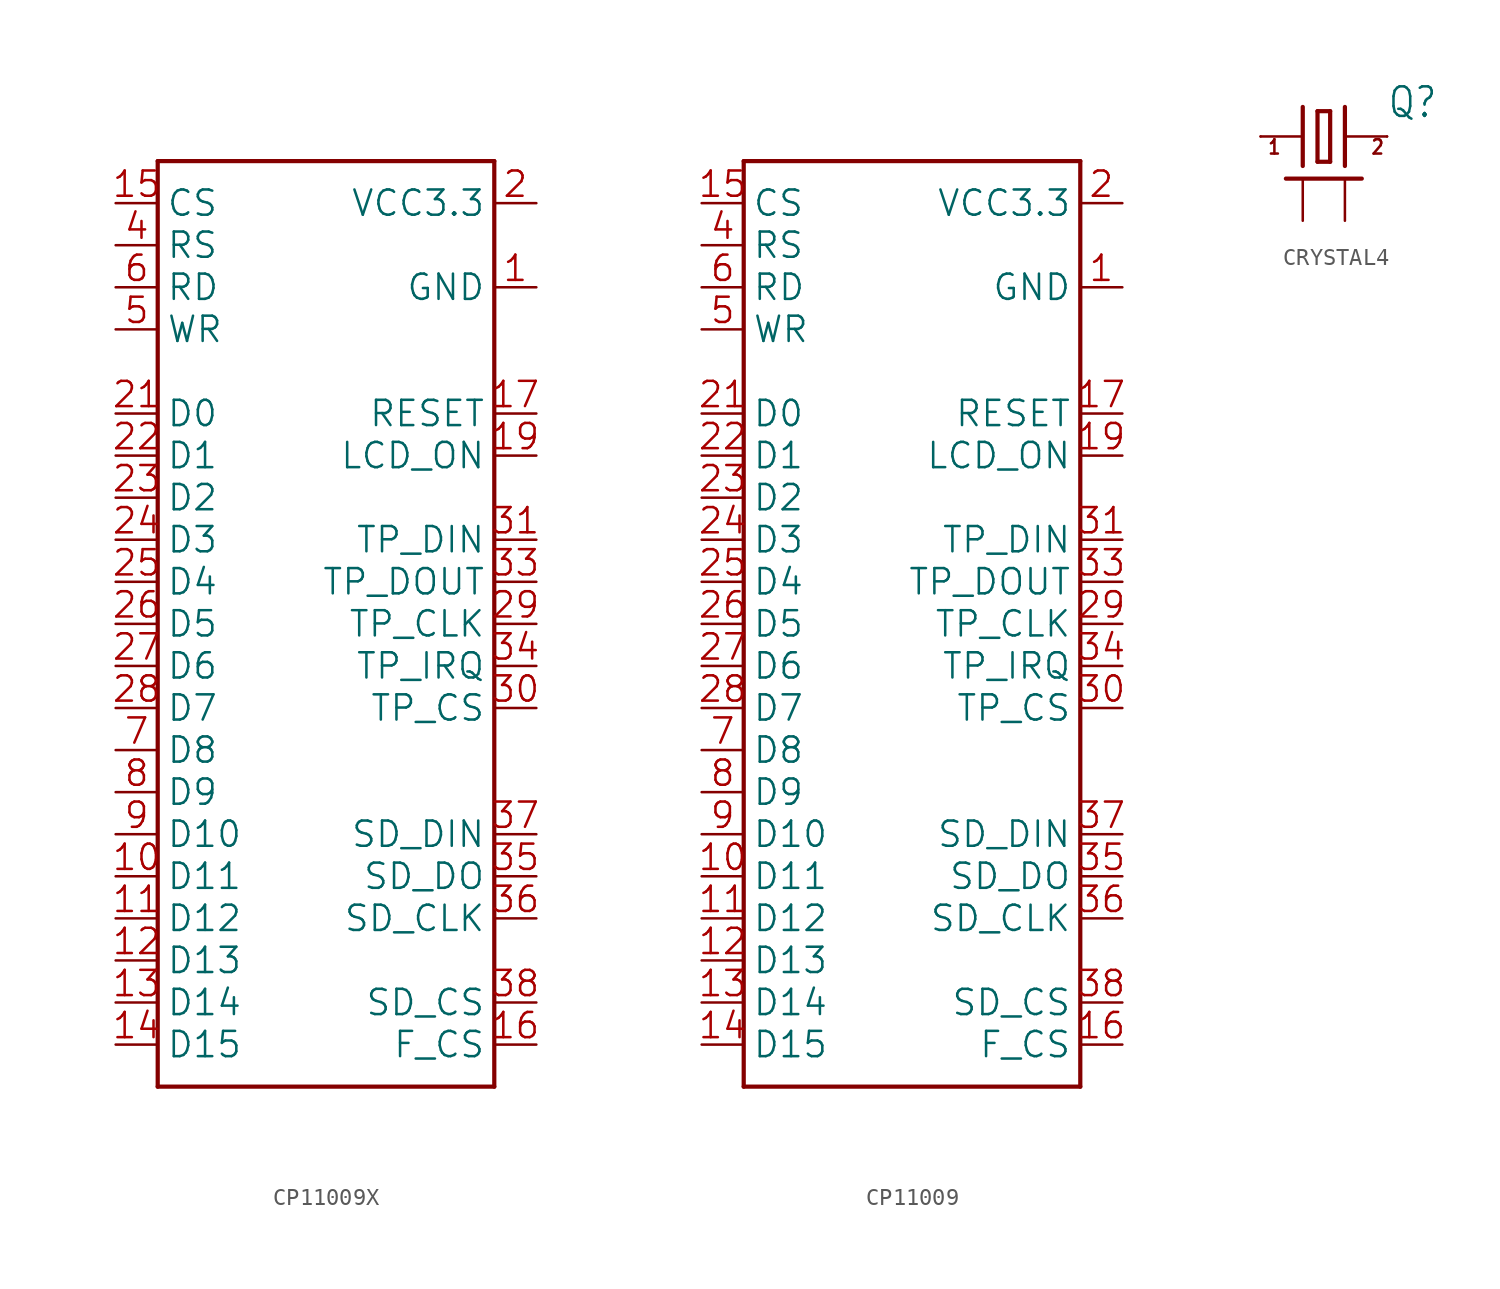
<source format=kicad_sym>
(kicad_symbol_lib
  (version 20241209)
  (generator "kicad_symbol_editor")
  (generator_version "9.0")
  (symbol "CP11009X"
    (property "Reference" "IC"
      (at -9.906 28.448 0)
      (effects (font (size 1.778 1.511)) (justify left bottom) (hide yes)))
    (property "ki_locked" ""
      (at 0 0 0)
      (effects (font (size 1.27 1.27))))
    (symbol "CP11009X_1_0"
      (polyline (pts (xy -10.16 27.94) (xy 10.16 27.94)) (stroke (width 0.254) (type solid)) (fill (type none)))
      (polyline (pts (xy -10.16 -27.94) (xy -10.16 27.94)) (stroke (width 0.254) (type solid)) (fill (type none)))
      (polyline (pts (xy 10.16 27.94) (xy 10.16 -27.94)) (stroke (width 0.254) (type solid)) (fill (type none)))
      (polyline (pts (xy 10.16 -27.94) (xy -10.16 -27.94)) (stroke (width 0.254) (type solid)) (fill (type none)))
      (pin bidirectional line (at -12.7 25.4 0) (length 2.54) (name "CS" (effects (font (size 1.524 1.524)))) (number "15" (effects (font (size 1.524 1.524)))))
      (pin bidirectional line (at -12.7 22.86 0) (length 2.54) (name "RS" (effects (font (size 1.524 1.524)))) (number "4" (effects (font (size 1.524 1.524)))))
      (pin bidirectional line (at -12.7 20.32 0) (length 2.54) (name "RD" (effects (font (size 1.524 1.524)))) (number "6" (effects (font (size 1.524 1.524)))))
      (pin bidirectional line (at -12.7 17.78 0) (length 2.54) (name "WR" (effects (font (size 1.524 1.524)))) (number "5" (effects (font (size 1.524 1.524)))))
      (pin bidirectional line (at -12.7 12.7 0) (length 2.54) (name "D0" (effects (font (size 1.524 1.524)))) (number "21" (effects (font (size 1.524 1.524)))))
      (pin bidirectional line (at -12.7 10.16 0) (length 2.54) (name "D1" (effects (font (size 1.524 1.524)))) (number "22" (effects (font (size 1.524 1.524)))))
      (pin bidirectional line (at -12.7 7.62 0) (length 2.54) (name "D2" (effects (font (size 1.524 1.524)))) (number "23" (effects (font (size 1.524 1.524)))))
      (pin bidirectional line (at -12.7 5.08 0) (length 2.54) (name "D3" (effects (font (size 1.524 1.524)))) (number "24" (effects (font (size 1.524 1.524)))))
      (pin bidirectional line (at -12.7 2.54 0) (length 2.54) (name "D4" (effects (font (size 1.524 1.524)))) (number "25" (effects (font (size 1.524 1.524)))))
      (pin bidirectional line (at -12.7 0 0) (length 2.54) (name "D5" (effects (font (size 1.524 1.524)))) (number "26" (effects (font (size 1.524 1.524)))))
      (pin bidirectional line (at -12.7 -2.54 0) (length 2.54) (name "D6" (effects (font (size 1.524 1.524)))) (number "27" (effects (font (size 1.524 1.524)))))
      (pin bidirectional line (at -12.7 -5.08 0) (length 2.54) (name "D7" (effects (font (size 1.524 1.524)))) (number "28" (effects (font (size 1.524 1.524)))))
      (pin bidirectional line (at -12.7 -7.62 0) (length 2.54) (name "D8" (effects (font (size 1.524 1.524)))) (number "7" (effects (font (size 1.524 1.524)))))
      (pin bidirectional line (at -12.7 -10.16 0) (length 2.54) (name "D9" (effects (font (size 1.524 1.524)))) (number "8" (effects (font (size 1.524 1.524)))))
      (pin bidirectional line (at -12.7 -12.7 0) (length 2.54) (name "D10" (effects (font (size 1.524 1.524)))) (number "9" (effects (font (size 1.524 1.524)))))
      (pin bidirectional line (at -12.7 -15.24 0) (length 2.54) (name "D11" (effects (font (size 1.524 1.524)))) (number "10" (effects (font (size 1.524 1.524)))))
      (pin bidirectional line (at -12.7 -17.78 0) (length 2.54) (name "D12" (effects (font (size 1.524 1.524)))) (number "11" (effects (font (size 1.524 1.524)))))
      (pin bidirectional line (at -12.7 -20.32 0) (length 2.54) (name "D13" (effects (font (size 1.524 1.524)))) (number "12" (effects (font (size 1.524 1.524)))))
      (pin bidirectional line (at -12.7 -22.86 0) (length 2.54) (name "D14" (effects (font (size 1.524 1.524)))) (number "13" (effects (font (size 1.524 1.524)))))
      (pin bidirectional line (at -12.7 -25.4 0) (length 2.54) (name "D15" (effects (font (size 1.524 1.524)))) (number "14" (effects (font (size 1.524 1.524)))))
      (pin power_in line (at 12.7 25.4 180) (length 2.54) (name "VCC3.3" (effects (font (size 1.524 1.524)))) (number "2" (effects (font (size 1.524 1.524)))))
      (pin power_in line (at 12.7 20.32 180) (length 2.54) (name "GND" (effects (font (size 1.524 1.524)))) (number "1" (effects (font (size 1.524 1.524)))))
      (pin bidirectional line (at 12.7 12.7 180) (length 2.54) (name "RESET" (effects (font (size 1.524 1.524)))) (number "17" (effects (font (size 1.524 1.524)))))
      (pin bidirectional line (at 12.7 10.16 180) (length 2.54) (name "LCD_ON" (effects (font (size 1.524 1.524)))) (number "19" (effects (font (size 1.524 1.524)))))
      (pin bidirectional line (at 12.7 5.08 180) (length 2.54) (name "TP_DIN" (effects (font (size 1.524 1.524)))) (number "31" (effects (font (size 1.524 1.524)))))
      (pin bidirectional line (at 12.7 2.54 180) (length 2.54) (name "TP_DOUT" (effects (font (size 1.524 1.524)))) (number "33" (effects (font (size 1.524 1.524)))))
      (pin bidirectional line (at 12.7 0 180) (length 2.54) (name "TP_CLK" (effects (font (size 1.524 1.524)))) (number "29" (effects (font (size 1.524 1.524)))))
      (pin bidirectional line (at 12.7 -2.54 180) (length 2.54) (name "TP_IRQ" (effects (font (size 1.524 1.524)))) (number "34" (effects (font (size 1.524 1.524)))))
      (pin bidirectional line (at 12.7 -5.08 180) (length 2.54) (name "TP_CS" (effects (font (size 1.524 1.524)))) (number "30" (effects (font (size 1.524 1.524)))))
      (pin bidirectional line (at 12.7 -12.7 180) (length 2.54) (name "SD_DIN" (effects (font (size 1.524 1.524)))) (number "37" (effects (font (size 1.524 1.524)))))
      (pin bidirectional line (at 12.7 -15.24 180) (length 2.54) (name "SD_DO" (effects (font (size 1.524 1.524)))) (number "35" (effects (font (size 1.524 1.524)))))
      (pin bidirectional line (at 12.7 -17.78 180) (length 2.54) (name "SD_CLK" (effects (font (size 1.524 1.524)))) (number "36" (effects (font (size 1.524 1.524)))))
      (pin bidirectional line (at 12.7 -22.86 180) (length 2.54) (name "SD_CS" (effects (font (size 1.524 1.524)))) (number "38" (effects (font (size 1.524 1.524)))))
      (pin bidirectional line (at 12.7 -25.4 180) (length 2.54) (name "F_CS" (effects (font (size 1.524 1.524)))) (number "16" (effects (font (size 1.524 1.524)))))))
  (symbol "CP11009"
    (property "Reference" "IC"
      (at -9.906 28.448 0)
      (effects (font (size 1.778 1.511)) (justify left bottom) (hide yes)))
    (property "ki_locked" ""
      (at 0 0 0)
      (effects (font (size 1.27 1.27))))
    (symbol "CP11009_1_0"
      (polyline (pts (xy -10.16 27.94) (xy 10.16 27.94)) (stroke (width 0.254) (type solid)) (fill (type none)))
      (polyline (pts (xy -10.16 -27.94) (xy -10.16 27.94)) (stroke (width 0.254) (type solid)) (fill (type none)))
      (polyline (pts (xy 10.16 27.94) (xy 10.16 -27.94)) (stroke (width 0.254) (type solid)) (fill (type none)))
      (polyline (pts (xy 10.16 -27.94) (xy -10.16 -27.94)) (stroke (width 0.254) (type solid)) (fill (type none)))
      (pin bidirectional line (at -12.7 25.4 0) (length 2.54) (name "CS" (effects (font (size 1.524 1.524)))) (number "15" (effects (font (size 1.524 1.524)))))
      (pin bidirectional line (at -12.7 22.86 0) (length 2.54) (name "RS" (effects (font (size 1.524 1.524)))) (number "4" (effects (font (size 1.524 1.524)))))
      (pin bidirectional line (at -12.7 20.32 0) (length 2.54) (name "RD" (effects (font (size 1.524 1.524)))) (number "6" (effects (font (size 1.524 1.524)))))
      (pin bidirectional line (at -12.7 17.78 0) (length 2.54) (name "WR" (effects (font (size 1.524 1.524)))) (number "5" (effects (font (size 1.524 1.524)))))
      (pin bidirectional line (at -12.7 12.7 0) (length 2.54) (name "D0" (effects (font (size 1.524 1.524)))) (number "21" (effects (font (size 1.524 1.524)))))
      (pin bidirectional line (at -12.7 10.16 0) (length 2.54) (name "D1" (effects (font (size 1.524 1.524)))) (number "22" (effects (font (size 1.524 1.524)))))
      (pin bidirectional line (at -12.7 7.62 0) (length 2.54) (name "D2" (effects (font (size 1.524 1.524)))) (number "23" (effects (font (size 1.524 1.524)))))
      (pin bidirectional line (at -12.7 5.08 0) (length 2.54) (name "D3" (effects (font (size 1.524 1.524)))) (number "24" (effects (font (size 1.524 1.524)))))
      (pin bidirectional line (at -12.7 2.54 0) (length 2.54) (name "D4" (effects (font (size 1.524 1.524)))) (number "25" (effects (font (size 1.524 1.524)))))
      (pin bidirectional line (at -12.7 0 0) (length 2.54) (name "D5" (effects (font (size 1.524 1.524)))) (number "26" (effects (font (size 1.524 1.524)))))
      (pin bidirectional line (at -12.7 -2.54 0) (length 2.54) (name "D6" (effects (font (size 1.524 1.524)))) (number "27" (effects (font (size 1.524 1.524)))))
      (pin bidirectional line (at -12.7 -5.08 0) (length 2.54) (name "D7" (effects (font (size 1.524 1.524)))) (number "28" (effects (font (size 1.524 1.524)))))
      (pin bidirectional line (at -12.7 -7.62 0) (length 2.54) (name "D8" (effects (font (size 1.524 1.524)))) (number "7" (effects (font (size 1.524 1.524)))))
      (pin bidirectional line (at -12.7 -10.16 0) (length 2.54) (name "D9" (effects (font (size 1.524 1.524)))) (number "8" (effects (font (size 1.524 1.524)))))
      (pin bidirectional line (at -12.7 -12.7 0) (length 2.54) (name "D10" (effects (font (size 1.524 1.524)))) (number "9" (effects (font (size 1.524 1.524)))))
      (pin bidirectional line (at -12.7 -15.24 0) (length 2.54) (name "D11" (effects (font (size 1.524 1.524)))) (number "10" (effects (font (size 1.524 1.524)))))
      (pin bidirectional line (at -12.7 -17.78 0) (length 2.54) (name "D12" (effects (font (size 1.524 1.524)))) (number "11" (effects (font (size 1.524 1.524)))))
      (pin bidirectional line (at -12.7 -20.32 0) (length 2.54) (name "D13" (effects (font (size 1.524 1.524)))) (number "12" (effects (font (size 1.524 1.524)))))
      (pin bidirectional line (at -12.7 -22.86 0) (length 2.54) (name "D14" (effects (font (size 1.524 1.524)))) (number "13" (effects (font (size 1.524 1.524)))))
      (pin bidirectional line (at -12.7 -25.4 0) (length 2.54) (name "D15" (effects (font (size 1.524 1.524)))) (number "14" (effects (font (size 1.524 1.524)))))
      (pin power_in line (at 12.7 25.4 180) (length 2.54) (name "VCC3.3" (effects (font (size 1.524 1.524)))) (number "2" (effects (font (size 1.524 1.524)))))
      (pin power_in line (at 12.7 20.32 180) (length 2.54) (name "GND" (effects (font (size 1.524 1.524)))) (number "1" (effects (font (size 1.524 1.524)))))
      (pin bidirectional line (at 12.7 12.7 180) (length 2.54) (name "RESET" (effects (font (size 1.524 1.524)))) (number "17" (effects (font (size 1.524 1.524)))))
      (pin bidirectional line (at 12.7 10.16 180) (length 2.54) (name "LCD_ON" (effects (font (size 1.524 1.524)))) (number "19" (effects (font (size 1.524 1.524)))))
      (pin bidirectional line (at 12.7 5.08 180) (length 2.54) (name "TP_DIN" (effects (font (size 1.524 1.524)))) (number "31" (effects (font (size 1.524 1.524)))))
      (pin bidirectional line (at 12.7 2.54 180) (length 2.54) (name "TP_DOUT" (effects (font (size 1.524 1.524)))) (number "33" (effects (font (size 1.524 1.524)))))
      (pin bidirectional line (at 12.7 0 180) (length 2.54) (name "TP_CLK" (effects (font (size 1.524 1.524)))) (number "29" (effects (font (size 1.524 1.524)))))
      (pin bidirectional line (at 12.7 -2.54 180) (length 2.54) (name "TP_IRQ" (effects (font (size 1.524 1.524)))) (number "34" (effects (font (size 1.524 1.524)))))
      (pin bidirectional line (at 12.7 -5.08 180) (length 2.54) (name "TP_CS" (effects (font (size 1.524 1.524)))) (number "30" (effects (font (size 1.524 1.524)))))
      (pin bidirectional line (at 12.7 -12.7 180) (length 2.54) (name "SD_DIN" (effects (font (size 1.524 1.524)))) (number "37" (effects (font (size 1.524 1.524)))))
      (pin bidirectional line (at 12.7 -15.24 180) (length 2.54) (name "SD_DO" (effects (font (size 1.524 1.524)))) (number "35" (effects (font (size 1.524 1.524)))))
      (pin bidirectional line (at 12.7 -17.78 180) (length 2.54) (name "SD_CLK" (effects (font (size 1.524 1.524)))) (number "36" (effects (font (size 1.524 1.524)))))
      (pin bidirectional line (at 12.7 -22.86 180) (length 2.54) (name "SD_CS" (effects (font (size 1.524 1.524)))) (number "38" (effects (font (size 1.524 1.524)))))
      (pin bidirectional line (at 12.7 -25.4 180) (length 2.54) (name "F_CS" (effects (font (size 1.524 1.524)))) (number "16" (effects (font (size 1.524 1.524)))))))
  (symbol "CRYSTAL4"
    (property "Reference" "Q"
      (at 5.08 1.016 0)
      (effects (font (size 1.778 1.511)) (justify left bottom)))
    (property "Value" ""
      (at 5.08 -2.54 0)
      (effects (font (size 1.778 1.511)) (justify left bottom)))
    (property "ki_locked" ""
      (at 0 0 0)
      (effects (font (size 1.27 1.27))))
    (symbol "CRYSTAL4_1_0"
      (polyline (pts (xy -2.54 0) (xy 0 0)) (stroke (width 0.152) (type solid)) (fill (type none)))
      (polyline (pts (xy -1.016 -2.54) (xy 3.556 -2.54)) (stroke (width 0.254) (type solid)) (fill (type none)))
      (polyline (pts (xy 0 1.778) (xy 0 -1.778)) (stroke (width 0.254) (type solid)) (fill (type none)))
      (polyline (pts (xy 0.889 1.524) (xy 0.889 -1.524)) (stroke (width 0.254) (type solid)) (fill (type none)))
      (polyline (pts (xy 0.889 -1.524) (xy 1.651 -1.524)) (stroke (width 0.254) (type solid)) (fill (type none)))
      (polyline (pts (xy 1.651 1.524) (xy 0.889 1.524)) (stroke (width 0.254) (type solid)) (fill (type none)))
      (polyline (pts (xy 1.651 -1.524) (xy 1.651 1.524)) (stroke (width 0.254) (type solid)) (fill (type none)))
      (polyline (pts (xy 2.54 1.778) (xy 2.54 -1.778)) (stroke (width 0.254) (type solid)) (fill (type none)))
      (polyline (pts (xy 2.54 0) (xy 5.08 0)) (stroke (width 0.152) (type solid)) (fill (type none)))
      (text "1" (at -2.159 -1.143 0) (effects (font (size 0.864 0.734)) (justify left bottom)))
      (text "2" (at 4.064 -1.143 0) (effects (font (size 0.864 0.734)) (justify left bottom)))
      (pin passive line (at -2.54 0 0) (length 0) (name "1" (effects (font (size 0 0)))) (number "1" (effects (font (size 0 0)))))
      (pin bidirectional line (at 0 -5.08 90) (length 2.54) (name "GND1" (effects (font (size 0 0)))) (number "2" (effects (font (size 0 0)))))
      (pin bidirectional line (at 2.54 -5.08 90) (length 2.54) (name "GND2" (effects (font (size 0 0)))) (number "4" (effects (font (size 0 0)))))
      (pin passive line (at 5.08 0 180) (length 0) (name "2" (effects (font (size 0 0)))) (number "3" (effects (font (size 0 0))))))))
</source>
